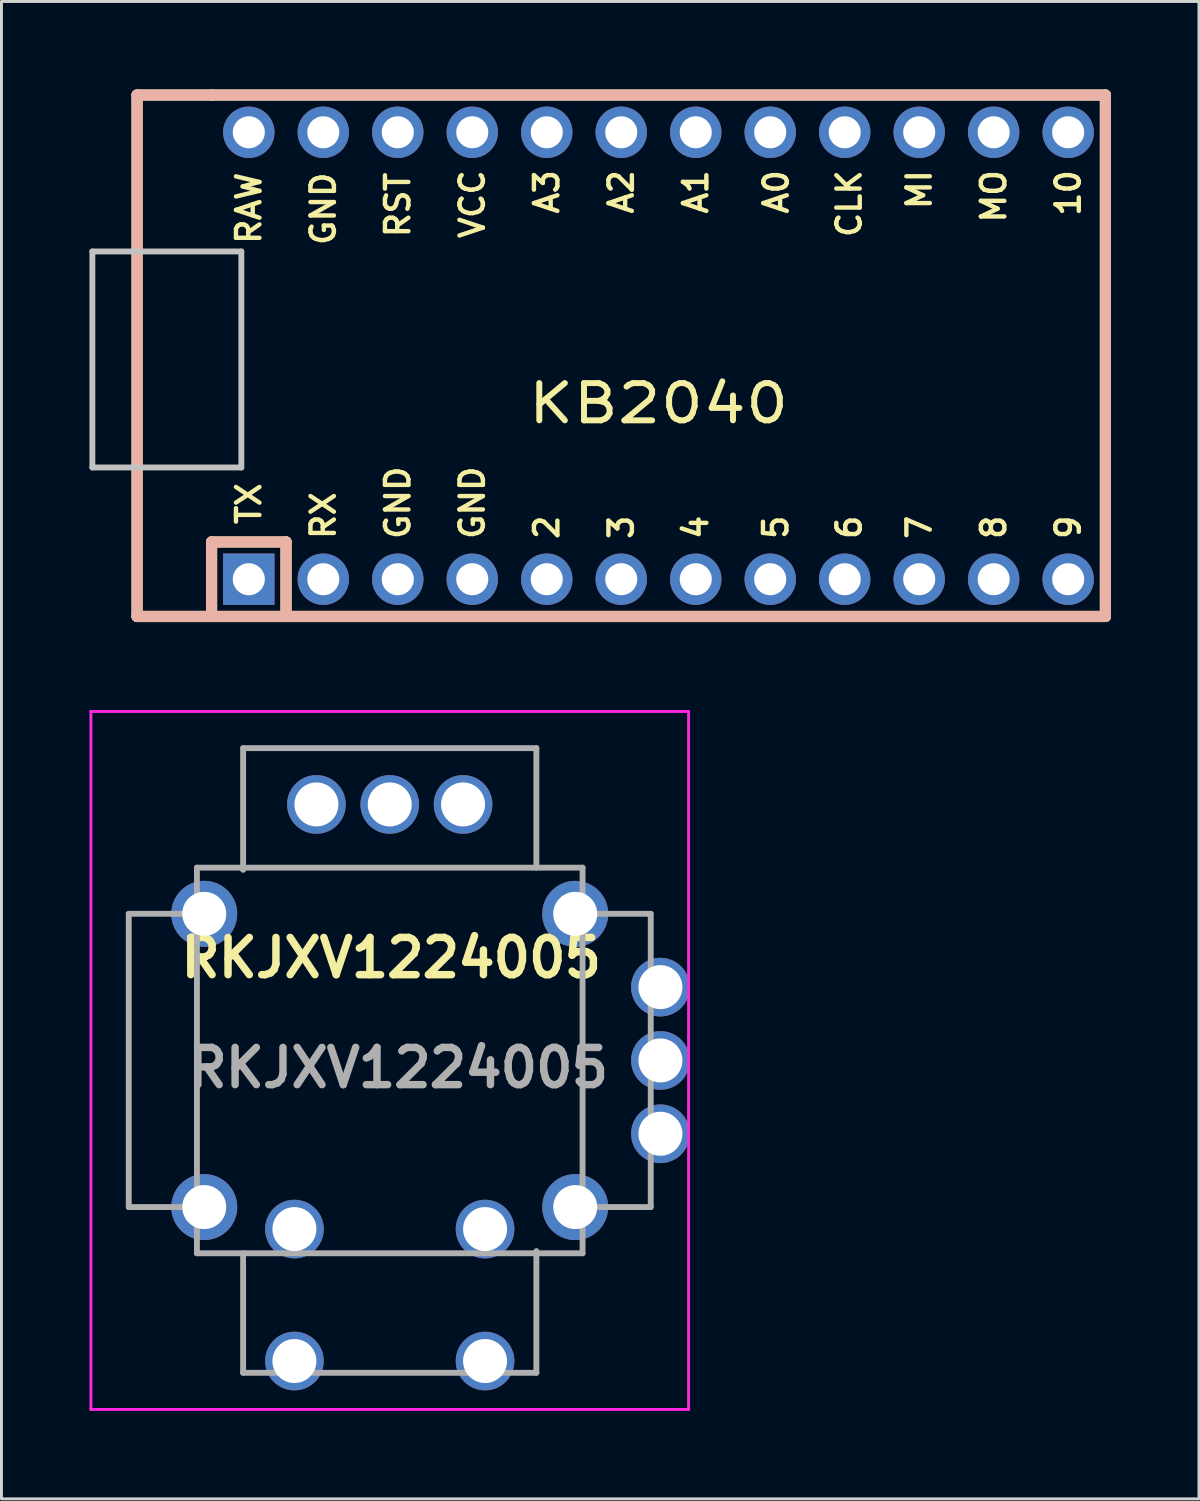
<source format=kicad_pcb>
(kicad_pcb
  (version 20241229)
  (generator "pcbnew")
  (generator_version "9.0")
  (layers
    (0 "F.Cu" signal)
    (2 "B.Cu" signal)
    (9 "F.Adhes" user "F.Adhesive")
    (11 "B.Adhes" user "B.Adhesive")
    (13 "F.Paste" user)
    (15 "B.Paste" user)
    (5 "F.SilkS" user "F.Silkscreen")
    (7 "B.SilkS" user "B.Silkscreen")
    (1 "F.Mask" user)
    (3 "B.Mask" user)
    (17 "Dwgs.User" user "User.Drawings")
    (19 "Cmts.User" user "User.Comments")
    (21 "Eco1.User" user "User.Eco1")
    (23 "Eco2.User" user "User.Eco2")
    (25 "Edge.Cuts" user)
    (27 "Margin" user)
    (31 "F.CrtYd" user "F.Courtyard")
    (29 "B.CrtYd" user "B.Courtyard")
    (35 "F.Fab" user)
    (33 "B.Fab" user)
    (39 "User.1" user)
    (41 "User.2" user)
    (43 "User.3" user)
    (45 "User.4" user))
  (footprint "RKJXV1224005"
    (layer "F.Cu")
    (at 10.24 33.111)
    (property "Reference" "RKJXV1224005" (at 0.05 -3.5 0) (layer "F.SilkS") (effects (font (size 1.27 1.27) (thickness 0.254))))
    (attr through_hole)
    (fp_line (start -10.19 -11.9) (end 10.19 -11.9) (stroke (width 0.1) (type solid)) (layer "F.CrtYd"))
    (fp_line (start -10.19 11.9) (end -10.19 -11.9) (stroke (width 0.1) (type solid)) (layer "F.CrtYd"))
    (fp_line (start 10.19 -11.9) (end 10.19 11.9) (stroke (width 0.1) (type solid)) (layer "F.CrtYd"))
    (fp_line (start 10.19 11.9) (end -10.19 11.9) (stroke (width 0.1) (type solid)) (layer "F.CrtYd"))
    (fp_line (start -8.9 -5) (end -6.5 -5) (stroke (width 0.2) (type solid)) (layer "F.Fab"))
    (fp_line (start -8.9 5) (end -8.9 -5) (stroke (width 0.2) (type solid)) (layer "F.Fab"))
    (fp_line (start -6.575 -6.575) (end -6.575 6.575) (stroke (width 0.2) (type solid)) (layer "F.Fab"))
    (fp_line (start -6.575 5) (end -8.9 5) (stroke (width 0.2) (type solid)) (layer "F.Fab"))
    (fp_line (start -6.575 6.575) (end 6.575 6.575) (stroke (width 0.2) (type solid)) (layer "F.Fab"))
    (fp_line (start -5 -10.65) (end 5 -10.65) (stroke (width 0.2) (type solid)) (layer "F.Fab"))
    (fp_line (start -5 -6.5) (end -5 -10.65) (stroke (width 0.2) (type solid)) (layer "F.Fab"))
    (fp_line (start -5 6.575) (end -5 10.65) (stroke (width 0.2) (type solid)) (layer "F.Fab"))
    (fp_line (start -5 10.65) (end 5 10.65) (stroke (width 0.2) (type solid)) (layer "F.Fab"))
    (fp_line (start 5 -10.65) (end 5 -6.575) (stroke (width 0.2) (type solid)) (layer "F.Fab"))
    (fp_line (start 5 10.65) (end 5 6.5) (stroke (width 0.2) (type solid)) (layer "F.Fab"))
    (fp_line (start 6.575 -6.575) (end -6.575 -6.575) (stroke (width 0.2) (type solid)) (layer "F.Fab"))
    (fp_line (start 6.575 -5) (end 8.9 -5) (stroke (width 0.2) (type solid)) (layer "F.Fab"))
    (fp_line (start 6.575 6.575) (end 6.575 -6.575) (stroke (width 0.2) (type solid)) (layer "F.Fab"))
    (fp_line (start 8.9 -5) (end 8.9 5) (stroke (width 0.2) (type solid)) (layer "F.Fab"))
    (fp_line (start 8.9 5) (end 6.575 5) (stroke (width 0.2) (type solid)) (layer "F.Fab"))
    (fp_text user "${REFERENCE}" (at 0.29 0.25 0) (layer "F.Fab") (effects (font (size 1.27 1.27) (thickness 0.254))))
    (pad "B1" thru_hole circle (at -3.25 10.25) (size 2 2) (drill 1.5) (layers "*.Cu" "*.Mask"))
    (pad "B1" thru_hole circle (at 3.25 10.25) (size 2 2) (drill 1.5) (layers "*.Cu" "*.Mask"))
    (pad "B2" thru_hole circle (at -3.25 5.75) (size 2 2) (drill 1.5) (layers "*.Cu" "*.Mask"))
    (pad "B2" thru_hole circle (at 3.25 5.75) (size 2 2) (drill 1.5) (layers "*.Cu" "*.Mask"))
    (pad "SH" thru_hole circle (at -6.325 -5) (size 2.25 2.25) (drill 1.5) (layers "*.Cu" "*.Mask"))
    (pad "SH" thru_hole circle (at -6.325 5) (size 2.25 2.25) (drill 1.5) (layers "*.Cu" "*.Mask"))
    (pad "SH" thru_hole circle (at 6.325 -5) (size 2.25 2.25) (drill 1.5) (layers "*.Cu" "*.Mask"))
    (pad "SH" thru_hole circle (at 6.325 5) (size 2.25 2.25) (drill 1.5) (layers "*.Cu" "*.Mask"))
    (pad "VR11" thru_hole circle (at 9.23 2.5) (size 2 2) (drill 1.5) (layers "*.Cu" "*.Mask"))
    (pad "VR12" thru_hole circle (at 9.23 0) (size 2 2) (drill 1.5) (layers "*.Cu" "*.Mask"))
    (pad "VR13" thru_hole circle (at 9.23 -2.5) (size 2 2) (drill 1.5) (layers "*.Cu" "*.Mask"))
    (pad "VR21" thru_hole circle (at 2.5 -8.73) (size 2 2) (drill 1.5) (layers "*.Cu" "*.Mask"))
    (pad "VR22" thru_hole circle (at 0 -8.73) (size 2 2) (drill 1.5) (layers "*.Cu" "*.Mask"))
    (pad "VR23" thru_hole circle (at -2.5 -8.73) (size 2 2) (drill 1.5) (layers "*.Cu" "*.Mask")))
  (footprint "KB2040"
    (layer "F.Cu")
    (at 19.404 9.081)
    (property "Reference" "KB2040" (at 0 1.625 180) (layer "F.SilkS") (effects (font (size 1.27 1.524) (thickness 0.203))))
    (attr through_hole)
    (fp_line (start -17.78 -8.89) (end -17.78 8.89) (stroke (width 0.381) (type solid)) (layer "F.SilkS"))
    (fp_line (start -17.78 8.89) (end -15.24 8.89) (stroke (width 0.381) (type solid)) (layer "F.SilkS"))
    (fp_line (start -15.24 -8.89) (end -17.78 -8.89) (stroke (width 0.381) (type solid)) (layer "F.SilkS"))
    (fp_line (start -15.24 6.35) (end -15.24 8.89) (stroke (width 0.381) (type solid)) (layer "F.SilkS"))
    (fp_line (start -15.24 6.35) (end -12.7 6.35) (stroke (width 0.381) (type solid)) (layer "F.SilkS"))
    (fp_line (start -15.24 8.89) (end 15.24 8.89) (stroke (width 0.381) (type solid)) (layer "F.SilkS"))
    (fp_line (start -12.7 6.35) (end -12.7 8.89) (stroke (width 0.381) (type solid)) (layer "F.SilkS"))
    (fp_line (start 15.24 -8.89) (end -15.24 -8.89) (stroke (width 0.381) (type solid)) (layer "F.SilkS"))
    (fp_line (start 15.24 8.89) (end 15.24 -8.89) (stroke (width 0.381) (type solid)) (layer "F.SilkS"))
    (fp_line (start -17.78 -8.89) (end -17.78 8.89) (stroke (width 0.381) (type solid)) (layer "B.SilkS"))
    (fp_line (start -17.78 8.89) (end 15.24 8.89) (stroke (width 0.381) (type solid)) (layer "B.SilkS"))
    (fp_line (start -15.24 6.35) (end -15.24 8.89) (stroke (width 0.381) (type solid)) (layer "B.SilkS"))
    (fp_line (start -15.24 6.35) (end -12.7 6.35) (stroke (width 0.381) (type solid)) (layer "B.SilkS"))
    (fp_line (start -12.7 6.35) (end -12.7 8.89) (stroke (width 0.381) (type solid)) (layer "B.SilkS"))
    (fp_line (start 15.24 -8.89) (end -17.78 -8.89) (stroke (width 0.381) (type solid)) (layer "B.SilkS"))
    (fp_line (start 15.24 8.89) (end 15.24 -8.89) (stroke (width 0.381) (type solid)) (layer "B.SilkS"))
    (fp_line (start -19.304 -3.556) (end -14.224 -3.556) (stroke (width 0.2) (type solid)) (layer "Dwgs.User"))
    (fp_line (start -19.304 3.81) (end -19.304 -3.556) (stroke (width 0.2) (type solid)) (layer "Dwgs.User"))
    (fp_line (start -14.224 -3.556) (end -14.224 3.81) (stroke (width 0.2) (type solid)) (layer "Dwgs.User"))
    (fp_line (start -14.224 3.81) (end -19.304 3.81) (stroke (width 0.2) (type solid)) (layer "Dwgs.User"))
    (fp_text user "MI" (at 8.89 -6.41 270) (layer "F.SilkS") (effects (font (size 0.8 0.8) (thickness 0.15)) (justify right)))
    (fp_text user "VCC" (at -6.35 -6.41 270) (layer "F.SilkS") (effects (font (size 0.8 0.8) (thickness 0.15)) (justify right)))
    (fp_text user "CLK" (at 6.5 -6.41 270) (layer "F.SilkS") (effects (font (size 0.8 0.8) (thickness 0.15)) (justify right)))
    (fp_text user "10" (at 13.97 -6.41 270) (layer "F.SilkS") (effects (font (size 0.8 0.8) (thickness 0.15)) (justify right)))
    (fp_text user "MO" (at 11.43 -6.41 270) (layer "F.SilkS") (effects (font (size 0.8 0.8) (thickness 0.15)) (justify right)))
    (fp_text user "8" (at 11.43 6.33 270) (layer "F.SilkS") (effects (font (size 0.8 0.8) (thickness 0.15)) (justify left)))
    (fp_text user "RAW" (at -13.97 -6.33 270) (layer "F.SilkS") (effects (font (size 0.8 0.8) (thickness 0.15)) (justify right)))
    (fp_text user "GND" (at -6.35 6.33 270) (layer "F.SilkS") (effects (font (size 0.8 0.8) (thickness 0.15)) (justify left)))
    (fp_text user "TX" (at -13.97 5.83 270) (layer "F.SilkS") (effects (font (size 0.8 0.8) (thickness 0.15)) (justify left)))
    (fp_text user "RX" (at -11.43 6.33 270) (layer "F.SilkS") (effects (font (size 0.8 0.8) (thickness 0.15)) (justify left)))
    (fp_text user "4" (at 1.27 6.33 270) (layer "F.SilkS") (effects (font (size 0.8 0.8) (thickness 0.15)) (justify left)))
    (fp_text user "A3" (at -3.81 -6.41 270) (layer "F.SilkS") (effects (font (size 0.8 0.8) (thickness 0.15)) (justify right)))
    (fp_text user "7" (at 8.89 6.33 270) (layer "F.SilkS") (effects (font (size 0.8 0.8) (thickness 0.15)) (justify left)))
    (fp_text user "RST" (at -8.89 -6.33 270) (layer "F.SilkS") (effects (font (size 0.8 0.8) (thickness 0.15)) (justify right)))
    (fp_text user "2" (at -3.81 6.33 270) (layer "F.SilkS") (effects (font (size 0.8 0.8) (thickness 0.15)) (justify left)))
    (fp_text user "GND" (at -11.43 -6.33 270) (layer "F.SilkS") (effects (font (size 0.8 0.8) (thickness 0.15)) (justify right)))
    (fp_text user "A2" (at -1.27 -6.41 270) (layer "F.SilkS") (effects (font (size 0.8 0.8) (thickness 0.15)) (justify right)))
    (fp_text user "9" (at 13.97 6.33 270) (layer "F.SilkS") (effects (font (size 0.8 0.8) (thickness 0.15)) (justify left)))
    (fp_text user "3" (at -1.27 6.33 270) (layer "F.SilkS") (effects (font (size 0.8 0.8) (thickness 0.15)) (justify left)))
    (fp_text user "GND" (at -8.89 6.33 270) (layer "F.SilkS") (effects (font (size 0.8 0.8) (thickness 0.15)) (justify left)))
    (fp_text user "5" (at 4 6.33 270) (layer "F.SilkS") (effects (font (size 0.8 0.8) (thickness 0.15)) (justify left)))
    (fp_text user "A1" (at 1.27 -6.41 270) (layer "F.SilkS") (effects (font (size 0.8 0.8) (thickness 0.15)) (justify right)))
    (fp_text user "6" (at 6.5 6.33 270) (layer "F.SilkS") (effects (font (size 0.8 0.8) (thickness 0.15)) (justify left)))
    (fp_text user "A0" (at 4.013 -6.41 270) (layer "F.SilkS") (effects (font (size 0.8 0.8) (thickness 0.15)) (justify right)))
    (pad "1" thru_hole rect (at -13.97 7.62) (size 1.753 1.753) (drill 1.092) (layers "*.Cu"))
    (pad "2" thru_hole circle (at -11.43 7.62) (size 1.753 1.753) (drill 1.092) (layers "*.Cu"))
    (pad "3" thru_hole circle (at -8.89 7.62) (size 1.753 1.753) (drill 1.092) (layers "*.Cu"))
    (pad "4" thru_hole circle (at -6.35 7.62) (size 1.753 1.753) (drill 1.092) (layers "*.Cu"))
    (pad "5" thru_hole circle (at -3.81 7.62) (size 1.753 1.753) (drill 1.092) (layers "*.Cu"))
    (pad "6" thru_hole circle (at -1.27 7.62) (size 1.753 1.753) (drill 1.092) (layers "*.Cu"))
    (pad "7" thru_hole circle (at 1.27 7.62) (size 1.753 1.753) (drill 1.092) (layers "*.Cu"))
    (pad "8" thru_hole circle (at 3.81 7.62) (size 1.753 1.753) (drill 1.092) (layers "*.Cu"))
    (pad "9" thru_hole circle (at 6.35 7.62) (size 1.753 1.753) (drill 1.092) (layers "*.Cu"))
    (pad "10" thru_hole circle (at 8.89 7.62) (size 1.753 1.753) (drill 1.092) (layers "*.Cu"))
    (pad "11" thru_hole circle (at 11.43 7.62) (size 1.753 1.753) (drill 1.092) (layers "*.Cu"))
    (pad "12" thru_hole circle (at 13.97 7.62) (size 1.753 1.753) (drill 1.092) (layers "*.Cu"))
    (pad "13" thru_hole circle (at 13.97 -7.62) (size 1.753 1.753) (drill 1.092) (layers "*.Cu"))
    (pad "14" thru_hole circle (at 11.43 -7.62) (size 1.753 1.753) (drill 1.092) (layers "*.Cu"))
    (pad "15" thru_hole circle (at 8.89 -7.62) (size 1.753 1.753) (drill 1.092) (layers "*.Cu"))
    (pad "16" thru_hole circle (at 6.35 -7.62) (size 1.753 1.753) (drill 1.092) (layers "*.Cu"))
    (pad "17" thru_hole circle (at 3.81 -7.62) (size 1.753 1.753) (drill 1.092) (layers "*.Cu"))
    (pad "18" thru_hole circle (at 1.27 -7.62) (size 1.753 1.753) (drill 1.092) (layers "*.Cu"))
    (pad "19" thru_hole circle (at -1.27 -7.62) (size 1.753 1.753) (drill 1.092) (layers "*.Cu"))
    (pad "20" thru_hole circle (at -3.81 -7.62) (size 1.753 1.753) (drill 1.092) (layers "*.Cu"))
    (pad "21" thru_hole circle (at -6.35 -7.62) (size 1.753 1.753) (drill 1.092) (layers "*.Cu"))
    (pad "22" thru_hole circle (at -8.89 -7.62) (size 1.753 1.753) (drill 1.092) (layers "*.Cu"))
    (pad "23" thru_hole circle (at -11.43 -7.62) (size 1.753 1.753) (drill 1.092) (layers "*.Cu"))
    (pad "24" thru_hole circle (at -13.97 -7.62) (size 1.753 1.753) (drill 1.092) (layers "*.Cu")))
  (gr_rect
    (start -3 -3)
    (end 37.834 48.061)
    (stroke (width 0.1) (type default))
    (fill no)
    (layer "Edge.Cuts")))
</source>
